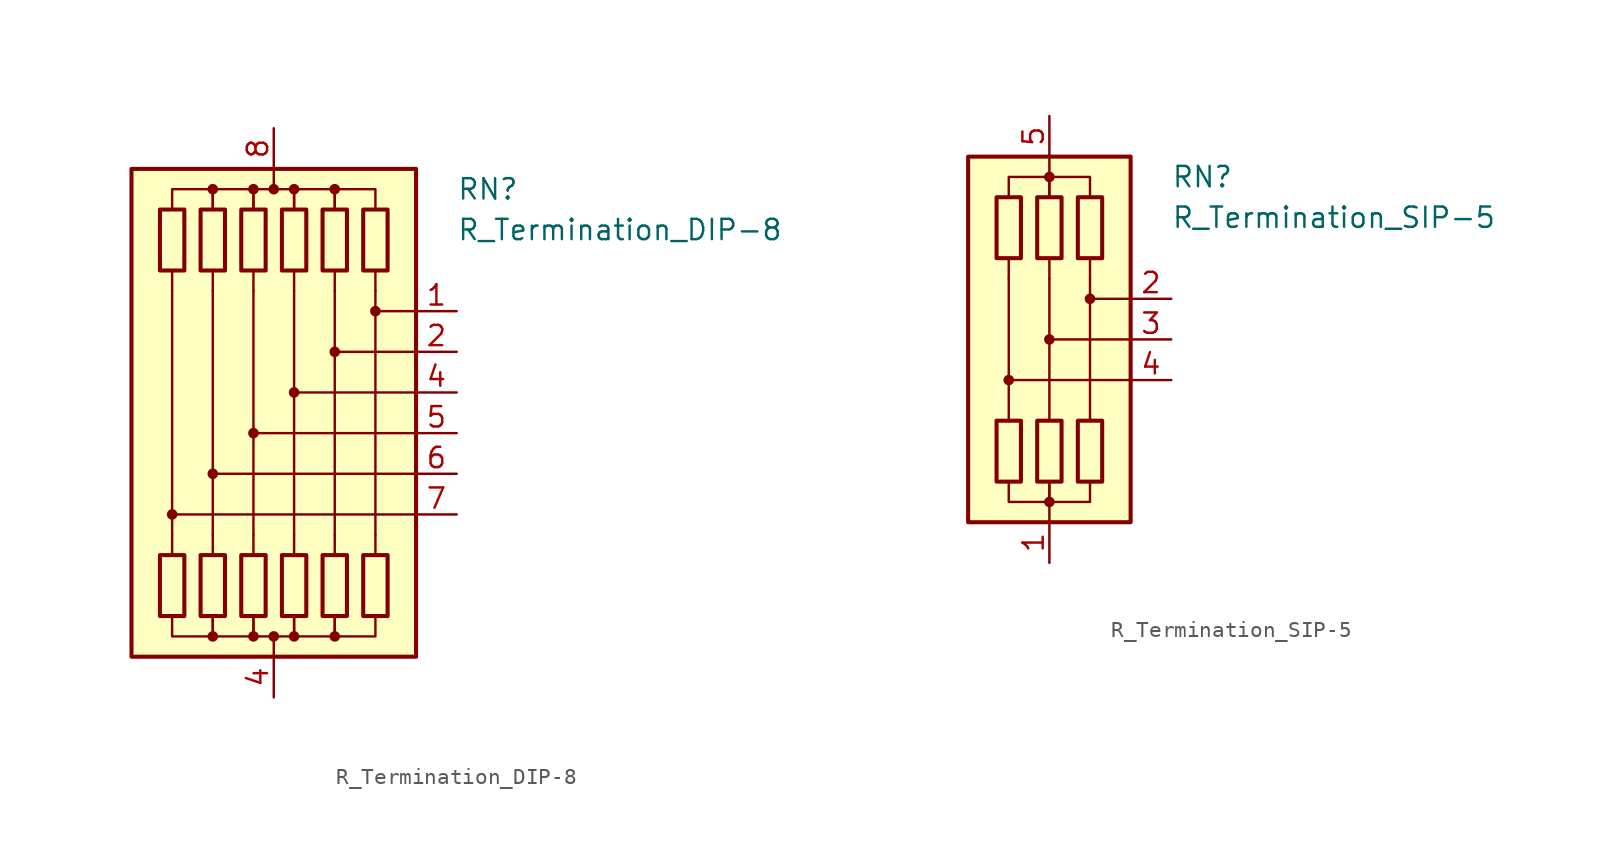
<source format=kicad_sym>
(kicad_symbol_lib
  (version 20211014)
  (generator kicad_symbol_editor)
  (symbol "R_Termination_DIP-8"
    (pin_names
      (offset 0.002) hide)
    (property "Reference" "RN"
      (at 11.43 13.97 0)
      (effects (font (size 1.27 1.27)) (justify left)))
    (property "Value" "R_Termination_DIP-8"
      (at 11.43 11.43 0)
      (effects (font (size 1.27 1.27)) (justify left)))
    (symbol "R_Termination_DIP-8_0_1"
      (rectangle (start -8.89 15.24) (end 8.89 -15.24) (stroke (width 0.254) (type default) (color 0 0 0 0)) (fill (type background)))
      (rectangle (start -7.112 12.7) (end -5.588 8.89) (stroke (width 0.254) (type default) (color 0 0 0 0)) (fill (type none)))
      (circle (center -6.35 -6.35) (radius 0.254) (stroke (width 0) (type default) (color 0 0 0 0)) (fill (type outline)))
      (rectangle (start -5.588 -12.7) (end -7.112 -8.89) (stroke (width 0.254) (type default) (color 0 0 0 0)) (fill (type none)))
      (rectangle (start -4.572 12.7) (end -3.048 8.89) (stroke (width 0.254) (type default) (color 0 0 0 0)) (fill (type none)))
      (circle (center -3.81 -13.97) (radius 0.254) (stroke (width 0) (type default) (color 0 0 0 0)) (fill (type outline)))
      (circle (center -3.81 -3.81) (radius 0.254) (stroke (width 0) (type default) (color 0 0 0 0)) (fill (type outline)))
      (circle (center -3.81 13.97) (radius 0.254) (stroke (width 0) (type default) (color 0 0 0 0)) (fill (type outline)))
      (rectangle (start -3.048 -12.7) (end -4.572 -8.89) (stroke (width 0.254) (type default) (color 0 0 0 0)) (fill (type none)))
      (rectangle (start -2.032 12.7) (end -0.508 8.89) (stroke (width 0.254) (type default) (color 0 0 0 0)) (fill (type none)))
      (circle (center -1.27 -13.97) (radius 0.254) (stroke (width 0) (type default) (color 0 0 0 0)) (fill (type outline)))
      (circle (center -1.27 -1.27) (radius 0.254) (stroke (width 0) (type default) (color 0 0 0 0)) (fill (type outline)))
      (circle (center -1.27 13.97) (radius 0.254) (stroke (width 0) (type default) (color 0 0 0 0)) (fill (type outline)))
      (rectangle (start -0.508 -12.7) (end -2.032 -8.89) (stroke (width 0.254) (type default) (color 0 0 0 0)) (fill (type none)))
      (circle (center 0 -13.97) (radius 0.254) (stroke (width 0) (type default) (color 0 0 0 0)) (fill (type outline)))
      (polyline (pts (xy -6.35 -8.89) (xy -6.35 -7.62)) (stroke (width 0) (type default) (color 0 0 0 0)) (fill (type none)))
      (polyline (pts (xy -6.35 7.62) (xy -6.35 -7.62)) (stroke (width 0.152) (type default) (color 0 0 0 0)) (fill (type none)))
      (polyline (pts (xy -6.35 8.89) (xy -6.35 7.62)) (stroke (width 0) (type default) (color 0 0 0 0)) (fill (type none)))
      (polyline (pts (xy -3.81 -8.89) (xy -3.81 -7.62)) (stroke (width 0) (type default) (color 0 0 0 0)) (fill (type none)))
      (polyline (pts (xy -3.81 7.62) (xy -3.81 -7.62)) (stroke (width 0.152) (type default) (color 0 0 0 0)) (fill (type none)))
      (polyline (pts (xy -3.81 8.89) (xy -3.81 7.62)) (stroke (width 0) (type default) (color 0 0 0 0)) (fill (type none)))
      (polyline (pts (xy -1.27 -8.89) (xy -1.27 -7.62)) (stroke (width 0) (type default) (color 0 0 0 0)) (fill (type none)))
      (polyline (pts (xy -1.27 7.62) (xy -1.27 -7.62)) (stroke (width 0.152) (type default) (color 0 0 0 0)) (fill (type none)))
      (polyline (pts (xy -1.27 8.89) (xy -1.27 7.62)) (stroke (width 0) (type default) (color 0 0 0 0)) (fill (type none)))
      (polyline (pts (xy 0 -15.24) (xy 0 -13.97)) (stroke (width 0) (type default) (color 0 0 0 0)) (fill (type none)))
      (polyline (pts (xy 0 15.24) (xy 0 13.97)) (stroke (width 0) (type default) (color 0 0 0 0)) (fill (type none)))
      (polyline (pts (xy 1.27 -8.89) (xy 1.27 -7.62)) (stroke (width 0) (type default) (color 0 0 0 0)) (fill (type none)))
      (polyline (pts (xy 1.27 7.62) (xy 1.27 -7.62)) (stroke (width 0.152) (type default) (color 0 0 0 0)) (fill (type none)))
      (polyline (pts (xy 1.27 8.89) (xy 1.27 7.62)) (stroke (width 0) (type default) (color 0 0 0 0)) (fill (type none)))
      (polyline (pts (xy 3.81 -8.89) (xy 3.81 -7.62)) (stroke (width 0) (type default) (color 0 0 0 0)) (fill (type none)))
      (polyline (pts (xy 3.81 7.62) (xy 3.81 -7.62)) (stroke (width 0.152) (type default) (color 0 0 0 0)) (fill (type none)))
      (polyline (pts (xy 3.81 8.89) (xy 3.81 7.62)) (stroke (width 0) (type default) (color 0 0 0 0)) (fill (type none)))
      (polyline (pts (xy 6.35 -8.89) (xy 6.35 -7.62)) (stroke (width 0) (type default) (color 0 0 0 0)) (fill (type none)))
      (polyline (pts (xy 6.35 7.62) (xy 6.35 -7.62)) (stroke (width 0.152) (type default) (color 0 0 0 0)) (fill (type none)))
      (polyline (pts (xy 6.35 8.89) (xy 6.35 7.62)) (stroke (width 0) (type default) (color 0 0 0 0)) (fill (type none)))
      (polyline (pts (xy 8.89 -6.35) (xy -6.35 -6.35)) (stroke (width 0.152) (type default) (color 0 0 0 0)) (fill (type none)))
      (polyline (pts (xy 8.89 -3.81) (xy -3.81 -3.81)) (stroke (width 0.152) (type default) (color 0 0 0 0)) (fill (type none)))
      (polyline (pts (xy 8.89 -1.27) (xy -1.27 -1.27)) (stroke (width 0.152) (type default) (color 0 0 0 0)) (fill (type none)))
      (polyline (pts (xy 8.89 1.27) (xy 1.27 1.27)) (stroke (width 0.152) (type default) (color 0 0 0 0)) (fill (type none)))
      (polyline (pts (xy 8.89 3.81) (xy 3.81 3.81)) (stroke (width 0.152) (type default) (color 0 0 0 0)) (fill (type none)))
      (polyline (pts (xy 8.89 6.35) (xy 6.35 6.35)) (stroke (width 0.152) (type default) (color 0 0 0 0)) (fill (type none)))
      (polyline (pts (xy -6.35 12.7) (xy -6.35 13.97) (xy -3.81 13.97) (xy -3.81 12.7)) (stroke (width 0) (type default) (color 0 0 0 0)) (fill (type none)))
      (polyline (pts (xy -3.81 -12.7) (xy -3.81 -13.97) (xy -6.35 -13.97) (xy -6.35 -12.7)) (stroke (width 0) (type default) (color 0 0 0 0)) (fill (type none)))
      (polyline (pts (xy -3.81 12.7) (xy -3.81 13.97) (xy -1.27 13.97) (xy -1.27 12.7)) (stroke (width 0) (type default) (color 0 0 0 0)) (fill (type none)))
      (polyline (pts (xy -1.27 -12.7) (xy -1.27 -13.97) (xy -3.81 -13.97) (xy -3.81 -12.7)) (stroke (width 0) (type default) (color 0 0 0 0)) (fill (type none)))
      (polyline (pts (xy -1.27 12.7) (xy -1.27 13.97) (xy 1.27 13.97) (xy 1.27 12.7)) (stroke (width 0) (type default) (color 0 0 0 0)) (fill (type none)))
      (polyline (pts (xy 1.27 -12.7) (xy 1.27 -13.97) (xy -1.27 -13.97) (xy -1.27 -12.7)) (stroke (width 0) (type default) (color 0 0 0 0)) (fill (type none)))
      (polyline (pts (xy 1.27 12.7) (xy 1.27 13.97) (xy 3.81 13.97) (xy 3.81 12.7)) (stroke (width 0) (type default) (color 0 0 0 0)) (fill (type none)))
      (polyline (pts (xy 3.81 -12.7) (xy 3.81 -13.97) (xy 1.27 -13.97) (xy 1.27 -12.7)) (stroke (width 0) (type default) (color 0 0 0 0)) (fill (type none)))
      (polyline (pts (xy 3.81 12.7) (xy 3.81 13.97) (xy 6.35 13.97) (xy 6.35 12.7)) (stroke (width 0) (type default) (color 0 0 0 0)) (fill (type none)))
      (polyline (pts (xy 6.35 -12.7) (xy 6.35 -13.97) (xy 3.81 -13.97) (xy 3.81 -12.7)) (stroke (width 0) (type default) (color 0 0 0 0)) (fill (type none)))
      (circle (center 0 13.97) (radius 0.254) (stroke (width 0) (type default) (color 0 0 0 0)) (fill (type outline)))
      (rectangle (start 0.508 12.7) (end 2.032 8.89) (stroke (width 0.254) (type default) (color 0 0 0 0)) (fill (type none)))
      (circle (center 1.27 -13.97) (radius 0.254) (stroke (width 0) (type default) (color 0 0 0 0)) (fill (type outline)))
      (circle (center 1.27 1.27) (radius 0.254) (stroke (width 0) (type default) (color 0 0 0 0)) (fill (type outline)))
      (circle (center 1.27 13.97) (radius 0.254) (stroke (width 0) (type default) (color 0 0 0 0)) (fill (type outline)))
      (rectangle (start 2.032 -12.7) (end 0.508 -8.89) (stroke (width 0.254) (type default) (color 0 0 0 0)) (fill (type none)))
      (rectangle (start 3.048 12.7) (end 4.572 8.89) (stroke (width 0.254) (type default) (color 0 0 0 0)) (fill (type none)))
      (circle (center 3.81 -13.97) (radius 0.254) (stroke (width 0) (type default) (color 0 0 0 0)) (fill (type outline)))
      (circle (center 3.81 3.81) (radius 0.254) (stroke (width 0) (type default) (color 0 0 0 0)) (fill (type outline)))
      (circle (center 3.81 13.97) (radius 0.254) (stroke (width 0) (type default) (color 0 0 0 0)) (fill (type outline)))
      (rectangle (start 4.572 -12.7) (end 3.048 -8.89) (stroke (width 0.254) (type default) (color 0 0 0 0)) (fill (type none)))
      (rectangle (start 5.588 12.7) (end 7.112 8.89) (stroke (width 0.254) (type default) (color 0 0 0 0)) (fill (type none)))
      (circle (center 6.35 6.35) (radius 0.254) (stroke (width 0) (type default) (color 0 0 0 0)) (fill (type outline)))
      (rectangle (start 7.112 -12.7) (end 5.588 -8.89) (stroke (width 0.254) (type default) (color 0 0 0 0)) (fill (type none))))
    (symbol "R_Termination_DIP-8_1_1"
      (pin passive line (at 11.43 6.35 180) (length 2.54) (name "R1" (effects (font (size 1.27 1.27)))) (number "1" (effects (font (size 1.27 1.27)))))
      (pin passive line (at 11.43 3.81 180) (length 2.54) (name "R2" (effects (font (size 1.27 1.27)))) (number "2" (effects (font (size 1.27 1.27)))))
      (pin passive line (at 0 -17.78 90) (length 2.54) (name "common" (effects (font (size 1.27 1.27)))) (number "4" (effects (font (size 1.27 1.27)))))
      (pin passive line (at 11.43 1.27 180) (length 2.54) (name "R4" (effects (font (size 1.27 1.27)))) (number "4" (effects (font (size 1.27 1.27)))))
      (pin passive line (at 11.43 -1.27 180) (length 2.54) (name "R5" (effects (font (size 1.27 1.27)))) (number "5" (effects (font (size 1.27 1.27)))))
      (pin passive line (at 11.43 -3.81 180) (length 2.54) (name "R6" (effects (font (size 1.27 1.27)))) (number "6" (effects (font (size 1.27 1.27)))))
      (pin passive line (at 11.43 -6.35 180) (length 2.54) (name "R7" (effects (font (size 1.27 1.27)))) (number "7" (effects (font (size 1.27 1.27)))))
      (pin passive line (at 0 17.78 270) (length 2.54) (name "common" (effects (font (size 1.27 1.27)))) (number "8" (effects (font (size 1.27 1.27)))))))
  (symbol "R_Termination_SIP-5"
    (pin_names
      (offset 0.002) hide)
    (property "Reference" "RN"
      (at 7.62 10.16 0)
      (effects (font (size 1.27 1.27)) (justify left)))
    (property "Value" "R_Termination_SIP-5"
      (at 7.62 7.62 0)
      (effects (font (size 1.27 1.27)) (justify left)))
    (symbol "R_Termination_SIP-5_0_1"
      (rectangle (start -5.08 11.43) (end 5.08 -11.43) (stroke (width 0.254) (type default) (color 0 0 0 0)) (fill (type background)))
      (rectangle (start -3.302 8.89) (end -1.778 5.08) (stroke (width 0.254) (type default) (color 0 0 0 0)) (fill (type none)))
      (circle (center -2.54 -2.54) (radius 0.254) (stroke (width 0) (type default) (color 0 0 0 0)) (fill (type outline)))
      (rectangle (start -1.778 -8.89) (end -3.302 -5.08) (stroke (width 0.254) (type default) (color 0 0 0 0)) (fill (type none)))
      (rectangle (start -0.762 8.89) (end 0.762 5.08) (stroke (width 0.254) (type default) (color 0 0 0 0)) (fill (type none)))
      (circle (center 0 -10.16) (radius 0.254) (stroke (width 0) (type default) (color 0 0 0 0)) (fill (type outline)))
      (polyline (pts (xy -2.54 3.81) (xy -2.54 -5.08)) (stroke (width 0.152) (type default) (color 0 0 0 0)) (fill (type none)))
      (polyline (pts (xy -2.54 5.08) (xy -2.54 3.81)) (stroke (width 0) (type default) (color 0 0 0 0)) (fill (type none)))
      (polyline (pts (xy 0 -11.43) (xy 0 -10.16)) (stroke (width 0) (type default) (color 0 0 0 0)) (fill (type none)))
      (polyline (pts (xy 0 3.81) (xy 0 -5.08)) (stroke (width 0.152) (type default) (color 0 0 0 0)) (fill (type none)))
      (polyline (pts (xy 0 5.08) (xy 0 3.81)) (stroke (width 0) (type default) (color 0 0 0 0)) (fill (type none)))
      (polyline (pts (xy 0 11.43) (xy 0 10.16)) (stroke (width 0) (type default) (color 0 0 0 0)) (fill (type none)))
      (polyline (pts (xy 2.54 3.81) (xy 2.54 -5.08)) (stroke (width 0.152) (type default) (color 0 0 0 0)) (fill (type none)))
      (polyline (pts (xy 2.54 5.08) (xy 2.54 3.81)) (stroke (width 0) (type default) (color 0 0 0 0)) (fill (type none)))
      (polyline (pts (xy 5.08 -2.54) (xy -2.54 -2.54)) (stroke (width 0.152) (type default) (color 0 0 0 0)) (fill (type none)))
      (polyline (pts (xy 5.08 0) (xy 0 0)) (stroke (width 0.152) (type default) (color 0 0 0 0)) (fill (type none)))
      (polyline (pts (xy 5.08 2.54) (xy 2.54 2.54)) (stroke (width 0.152) (type default) (color 0 0 0 0)) (fill (type none)))
      (polyline (pts (xy -2.54 8.89) (xy -2.54 10.16) (xy 0 10.16) (xy 0 8.89)) (stroke (width 0) (type default) (color 0 0 0 0)) (fill (type none)))
      (polyline (pts (xy 0 -8.89) (xy 0 -10.16) (xy -2.54 -10.16) (xy -2.54 -8.89)) (stroke (width 0) (type default) (color 0 0 0 0)) (fill (type none)))
      (polyline (pts (xy 0 8.89) (xy 0 10.16) (xy 2.54 10.16) (xy 2.54 8.89)) (stroke (width 0) (type default) (color 0 0 0 0)) (fill (type none)))
      (polyline (pts (xy 2.54 -8.89) (xy 2.54 -10.16) (xy 0 -10.16) (xy 0 -8.89)) (stroke (width 0) (type default) (color 0 0 0 0)) (fill (type none)))
      (circle (center 0 0) (radius 0.254) (stroke (width 0) (type default) (color 0 0 0 0)) (fill (type outline)))
      (circle (center 0 10.16) (radius 0.254) (stroke (width 0) (type default) (color 0 0 0 0)) (fill (type outline)))
      (rectangle (start 0.762 -8.89) (end -0.762 -5.08) (stroke (width 0.254) (type default) (color 0 0 0 0)) (fill (type none)))
      (rectangle (start 1.778 8.89) (end 3.302 5.08) (stroke (width 0.254) (type default) (color 0 0 0 0)) (fill (type none)))
      (circle (center 2.54 2.54) (radius 0.254) (stroke (width 0) (type default) (color 0 0 0 0)) (fill (type outline)))
      (rectangle (start 3.302 -8.89) (end 1.778 -5.08) (stroke (width 0.254) (type default) (color 0 0 0 0)) (fill (type none))))
    (symbol "R_Termination_SIP-5_1_1"
      (pin passive line (at 0 -13.97 90) (length 2.54) (name "common" (effects (font (size 1.27 1.27)))) (number "1" (effects (font (size 1.27 1.27)))))
      (pin passive line (at 7.62 2.54 180) (length 2.54) (name "R2" (effects (font (size 1.27 1.27)))) (number "2" (effects (font (size 1.27 1.27)))))
      (pin passive line (at 7.62 0 180) (length 2.54) (name "R3" (effects (font (size 1.27 1.27)))) (number "3" (effects (font (size 1.27 1.27)))))
      (pin passive line (at 7.62 -2.54 180) (length 2.54) (name "R4" (effects (font (size 1.27 1.27)))) (number "4" (effects (font (size 1.27 1.27)))))
      (pin passive line (at 0 13.97 270) (length 2.54) (name "common" (effects (font (size 1.27 1.27)))) (number "5" (effects (font (size 1.27 1.27))))))))
</source>
